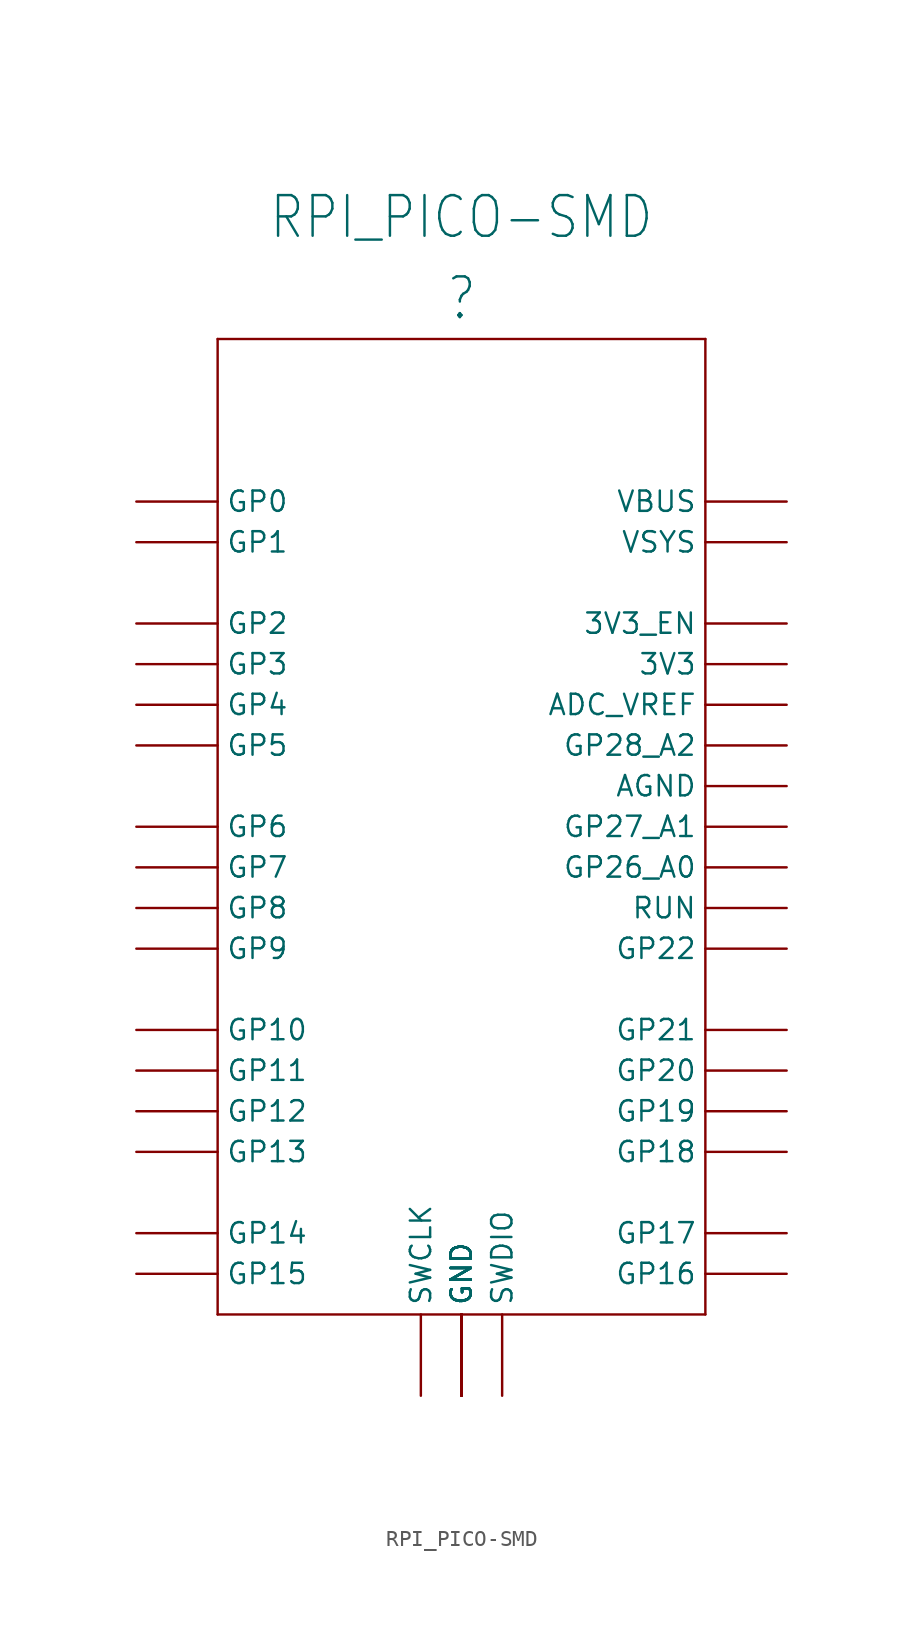
<source format=kicad_sym>
(kicad_symbol_lib
  (version 20211014)
  (generator kicad_symbol_editor)
  (symbol "RPI_PICO-SMD"
    (property "Reference" ""
      (at 0 38.1 0)
      (effects (font (size 2.54 2.159))))
    (property "Value" "RPI_PICO-SMD"
      (at 0 43.18 0)
      (effects (font (size 2.54 2.159))))
    (property "ki_locked" ""
      (at 0 0 0)
      (effects (font (size 1.27 1.27))))
    (symbol "RPI_PICO-SMD_1_0"
      (polyline (pts (xy -15.24 -25.4) (xy 15.24 -25.4)) (stroke (width 0.152) (type default) (color 0 0 0 0)) (fill (type none)))
      (polyline (pts (xy -15.24 35.56) (xy -15.24 -25.4)) (stroke (width 0.152) (type default) (color 0 0 0 0)) (fill (type none)))
      (polyline (pts (xy 15.24 -25.4) (xy 15.24 35.56)) (stroke (width 0.152) (type default) (color 0 0 0 0)) (fill (type none)))
      (polyline (pts (xy 15.24 35.56) (xy -15.24 35.56)) (stroke (width 0.152) (type default) (color 0 0 0 0)) (fill (type none)))
      (pin bidirectional line (at 20.32 15.24 180) (length 5.08) (name "3V3" (effects (font (size 1.27 1.27)))) (number "3V3" (effects (font (size 0 0)))))
      (pin bidirectional line (at 20.32 17.78 180) (length 5.08) (name "3V3_EN" (effects (font (size 1.27 1.27)))) (number "3V3_EN" (effects (font (size 0 0)))))
      (pin bidirectional line (at 20.32 12.7 180) (length 5.08) (name "ADC_VREF" (effects (font (size 1.27 1.27)))) (number "ADC_VREF" (effects (font (size 0 0)))))
      (pin bidirectional line (at 20.32 7.62 180) (length 5.08) (name "AGND" (effects (font (size 1.27 1.27)))) (number "AGND" (effects (font (size 0 0)))))
      (pin bidirectional line (at 0 -30.48 90) (length 5.08) (name "GND" (effects (font (size 1.27 1.27)))) (number "GND@1" (effects (font (size 0 0)))))
      (pin bidirectional line (at 0 -30.48 90) (length 5.08) (name "GND" (effects (font (size 1.27 1.27)))) (number "GND@2" (effects (font (size 0 0)))))
      (pin bidirectional line (at 0 -30.48 90) (length 5.08) (name "GND" (effects (font (size 1.27 1.27)))) (number "GND@3" (effects (font (size 0 0)))))
      (pin bidirectional line (at 0 -30.48 90) (length 5.08) (name "GND" (effects (font (size 1.27 1.27)))) (number "GND@4" (effects (font (size 0 0)))))
      (pin bidirectional line (at 0 -30.48 90) (length 5.08) (name "GND" (effects (font (size 1.27 1.27)))) (number "GND@5" (effects (font (size 0 0)))))
      (pin bidirectional line (at 0 -30.48 90) (length 5.08) (name "GND" (effects (font (size 1.27 1.27)))) (number "GND@6" (effects (font (size 0 0)))))
      (pin bidirectional line (at 0 -30.48 90) (length 5.08) (name "GND" (effects (font (size 1.27 1.27)))) (number "GND@7" (effects (font (size 0 0)))))
      (pin bidirectional line (at 0 -30.48 90) (length 5.08) (name "GND" (effects (font (size 1.27 1.27)))) (number "GND@8" (effects (font (size 0 0)))))
      (pin bidirectional line (at -20.32 25.4 0) (length 5.08) (name "GP0" (effects (font (size 1.27 1.27)))) (number "GP0" (effects (font (size 0 0)))))
      (pin bidirectional line (at -20.32 22.86 0) (length 5.08) (name "GP1" (effects (font (size 1.27 1.27)))) (number "GP1" (effects (font (size 0 0)))))
      (pin bidirectional line (at -20.32 -7.62 0) (length 5.08) (name "GP10" (effects (font (size 1.27 1.27)))) (number "GP10" (effects (font (size 0 0)))))
      (pin bidirectional line (at -20.32 -10.16 0) (length 5.08) (name "GP11" (effects (font (size 1.27 1.27)))) (number "GP11" (effects (font (size 0 0)))))
      (pin bidirectional line (at -20.32 -12.7 0) (length 5.08) (name "GP12" (effects (font (size 1.27 1.27)))) (number "GP12" (effects (font (size 0 0)))))
      (pin bidirectional line (at -20.32 -15.24 0) (length 5.08) (name "GP13" (effects (font (size 1.27 1.27)))) (number "GP13" (effects (font (size 0 0)))))
      (pin bidirectional line (at -20.32 -20.32 0) (length 5.08) (name "GP14" (effects (font (size 1.27 1.27)))) (number "GP14" (effects (font (size 0 0)))))
      (pin bidirectional line (at -20.32 -22.86 0) (length 5.08) (name "GP15" (effects (font (size 1.27 1.27)))) (number "GP15" (effects (font (size 0 0)))))
      (pin bidirectional line (at 20.32 -22.86 180) (length 5.08) (name "GP16" (effects (font (size 1.27 1.27)))) (number "GP16" (effects (font (size 0 0)))))
      (pin bidirectional line (at 20.32 -20.32 180) (length 5.08) (name "GP17" (effects (font (size 1.27 1.27)))) (number "GP17" (effects (font (size 0 0)))))
      (pin bidirectional line (at 20.32 -15.24 180) (length 5.08) (name "GP18" (effects (font (size 1.27 1.27)))) (number "GP18" (effects (font (size 0 0)))))
      (pin bidirectional line (at 20.32 -12.7 180) (length 5.08) (name "GP19" (effects (font (size 1.27 1.27)))) (number "GP19" (effects (font (size 0 0)))))
      (pin bidirectional line (at -20.32 17.78 0) (length 5.08) (name "GP2" (effects (font (size 1.27 1.27)))) (number "GP2" (effects (font (size 0 0)))))
      (pin bidirectional line (at 20.32 -10.16 180) (length 5.08) (name "GP20" (effects (font (size 1.27 1.27)))) (number "GP20" (effects (font (size 0 0)))))
      (pin bidirectional line (at 20.32 -7.62 180) (length 5.08) (name "GP21" (effects (font (size 1.27 1.27)))) (number "GP21" (effects (font (size 0 0)))))
      (pin bidirectional line (at 20.32 -2.54 180) (length 5.08) (name "GP22" (effects (font (size 1.27 1.27)))) (number "GP22" (effects (font (size 0 0)))))
      (pin bidirectional line (at 20.32 2.54 180) (length 5.08) (name "GP26_A0" (effects (font (size 1.27 1.27)))) (number "GP26_A0" (effects (font (size 0 0)))))
      (pin bidirectional line (at 20.32 5.08 180) (length 5.08) (name "GP27_A1" (effects (font (size 1.27 1.27)))) (number "GP27_A1" (effects (font (size 0 0)))))
      (pin bidirectional line (at 20.32 10.16 180) (length 5.08) (name "GP28_A2" (effects (font (size 1.27 1.27)))) (number "GP28_A2" (effects (font (size 0 0)))))
      (pin bidirectional line (at -20.32 15.24 0) (length 5.08) (name "GP3" (effects (font (size 1.27 1.27)))) (number "GP3" (effects (font (size 0 0)))))
      (pin bidirectional line (at -20.32 12.7 0) (length 5.08) (name "GP4" (effects (font (size 1.27 1.27)))) (number "GP4" (effects (font (size 0 0)))))
      (pin bidirectional line (at -20.32 10.16 0) (length 5.08) (name "GP5" (effects (font (size 1.27 1.27)))) (number "GP5" (effects (font (size 0 0)))))
      (pin bidirectional line (at -20.32 5.08 0) (length 5.08) (name "GP6" (effects (font (size 1.27 1.27)))) (number "GP6" (effects (font (size 0 0)))))
      (pin bidirectional line (at -20.32 2.54 0) (length 5.08) (name "GP7" (effects (font (size 1.27 1.27)))) (number "GP7" (effects (font (size 0 0)))))
      (pin bidirectional line (at -20.32 0 0) (length 5.08) (name "GP8" (effects (font (size 1.27 1.27)))) (number "GP8" (effects (font (size 0 0)))))
      (pin bidirectional line (at -20.32 -2.54 0) (length 5.08) (name "GP9" (effects (font (size 1.27 1.27)))) (number "GP9" (effects (font (size 0 0)))))
      (pin bidirectional line (at 20.32 0 180) (length 5.08) (name "RUN" (effects (font (size 1.27 1.27)))) (number "RUN" (effects (font (size 0 0)))))
      (pin bidirectional line (at -2.54 -30.48 90) (length 5.08) (name "SWCLK" (effects (font (size 1.27 1.27)))) (number "SWCLK" (effects (font (size 0 0)))))
      (pin bidirectional line (at 2.54 -30.48 90) (length 5.08) (name "SWDIO" (effects (font (size 1.27 1.27)))) (number "SWDIO" (effects (font (size 0 0)))))
      (pin bidirectional line (at 20.32 25.4 180) (length 5.08) (name "VBUS" (effects (font (size 1.27 1.27)))) (number "VBUS" (effects (font (size 0 0)))))
      (pin bidirectional line (at 20.32 22.86 180) (length 5.08) (name "VSYS" (effects (font (size 1.27 1.27)))) (number "VSYS" (effects (font (size 0 0))))))))
</source>
